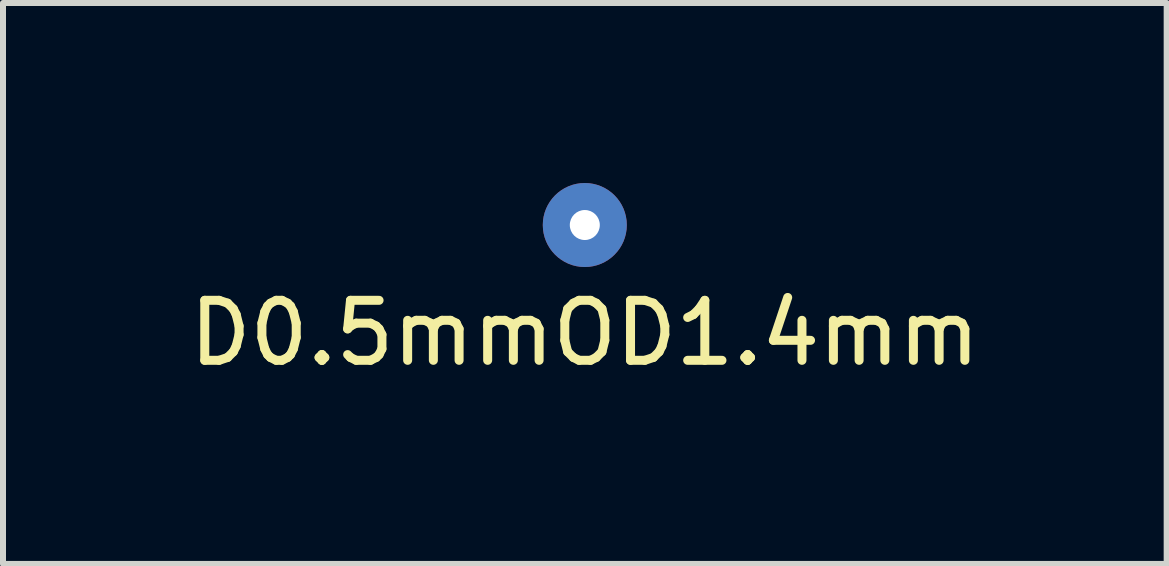
<source format=kicad_pcb>
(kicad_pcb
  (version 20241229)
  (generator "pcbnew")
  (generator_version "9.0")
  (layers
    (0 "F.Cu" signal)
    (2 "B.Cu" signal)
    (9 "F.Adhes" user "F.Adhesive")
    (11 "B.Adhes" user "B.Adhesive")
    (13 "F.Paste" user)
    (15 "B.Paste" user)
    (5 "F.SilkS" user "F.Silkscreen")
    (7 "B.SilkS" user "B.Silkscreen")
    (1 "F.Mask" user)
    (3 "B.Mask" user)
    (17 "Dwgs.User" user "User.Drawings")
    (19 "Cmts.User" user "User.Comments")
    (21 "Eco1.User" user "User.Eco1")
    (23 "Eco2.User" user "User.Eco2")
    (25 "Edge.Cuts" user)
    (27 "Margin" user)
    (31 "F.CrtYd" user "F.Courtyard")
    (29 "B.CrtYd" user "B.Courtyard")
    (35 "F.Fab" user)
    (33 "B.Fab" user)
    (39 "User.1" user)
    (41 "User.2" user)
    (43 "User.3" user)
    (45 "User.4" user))
  (footprint "D0.5mmOD1.4mm"
    (layer "F.Cu")
    (at 6.696 0.7)
    (property "Reference" "D0.5mmOD1.4mm" (at 0 1.8 0) (layer "F.SilkS") (effects (font (size 1 1) (thickness 0.15))))
    (attr through_hole)
    (pad "1" thru_hole circle (at 0 0) (size 1.4 1.4) (drill 0.5) (layers "*.Cu" "*.Mask")))
  (gr_rect
    (start -3 -3)
    (end 16.393 6.348)
    (stroke (width 0.1) (type default))
    (fill no)
    (layer "Edge.Cuts")))
</source>
